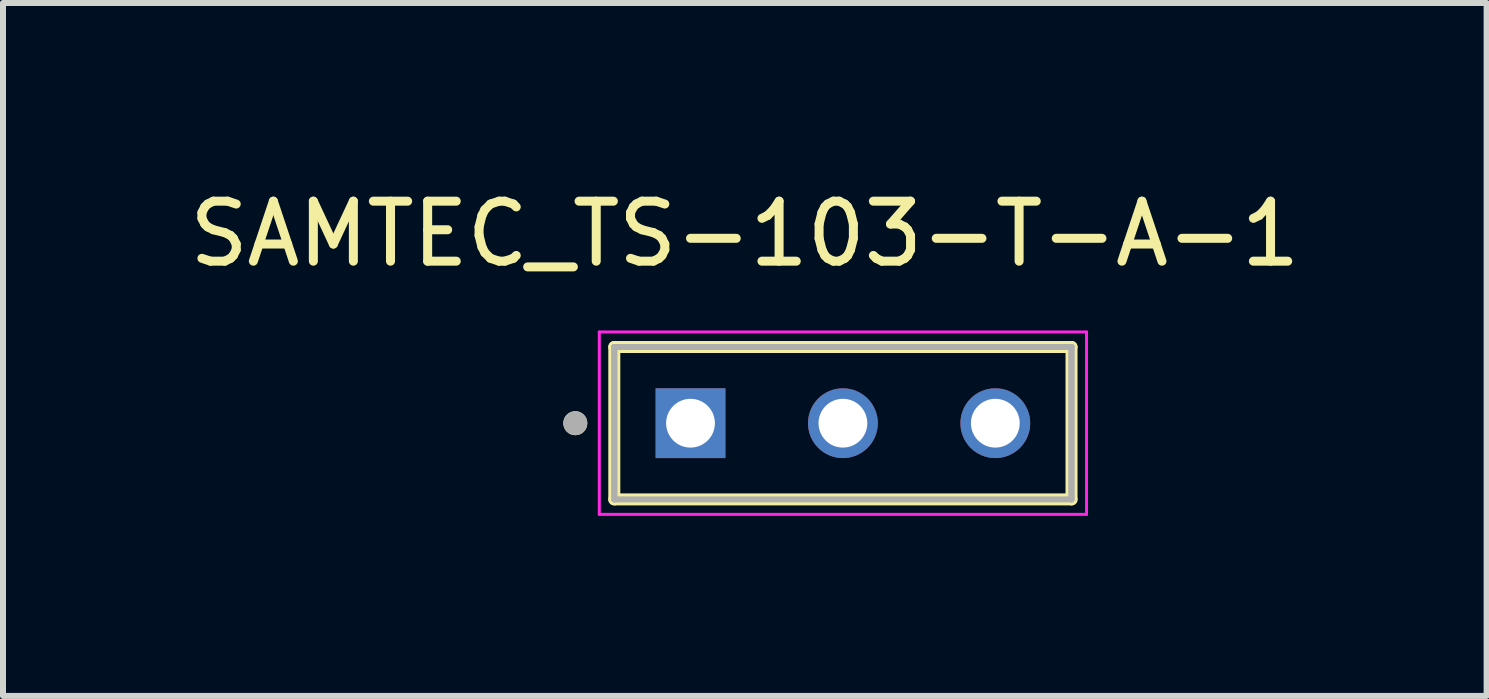
<source format=kicad_pcb>
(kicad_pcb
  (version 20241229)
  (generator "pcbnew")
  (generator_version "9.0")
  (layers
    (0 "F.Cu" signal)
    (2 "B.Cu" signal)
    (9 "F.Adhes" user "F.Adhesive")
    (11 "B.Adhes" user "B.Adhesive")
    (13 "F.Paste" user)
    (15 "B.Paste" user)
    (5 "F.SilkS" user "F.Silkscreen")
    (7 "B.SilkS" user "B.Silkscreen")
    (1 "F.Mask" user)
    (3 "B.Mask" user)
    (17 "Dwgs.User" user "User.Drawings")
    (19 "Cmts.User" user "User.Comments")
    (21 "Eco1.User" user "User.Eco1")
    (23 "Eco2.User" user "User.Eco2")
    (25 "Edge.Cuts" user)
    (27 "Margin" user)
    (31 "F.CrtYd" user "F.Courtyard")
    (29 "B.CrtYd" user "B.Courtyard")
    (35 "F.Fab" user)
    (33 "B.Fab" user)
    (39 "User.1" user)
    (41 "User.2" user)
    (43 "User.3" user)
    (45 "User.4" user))
  (footprint "SAMTEC_TS-103-T-A-1"
    (layer "F.Cu")
    (at 10.998 4.003)
    (property "Reference" "SAMTEC_TS-103-T-A-1" (at -1.635 -3.155 0) (layer "F.SilkS") (effects (font (size 1 1) (thickness 0.15))))
    (attr through_hole)
    (fp_line (start -3.81 1.27) (end -3.81 -1.27) (stroke (width 0.2) (type solid)) (layer "F.SilkS"))
    (fp_line (start 3.81 -1.27) (end -3.81 -1.27) (stroke (width 0.2) (type solid)) (layer "F.SilkS"))
    (fp_line (start 3.81 -1.27) (end 3.81 1.27) (stroke (width 0.2) (type solid)) (layer "F.SilkS"))
    (fp_line (start 3.81 1.27) (end -3.81 1.27) (stroke (width 0.2) (type solid)) (layer "F.SilkS"))
    (fp_circle (center -4.46 0) (end -4.36 0) (stroke (width 0.2) (type solid)) (fill no) (layer "F.SilkS"))
    (fp_line (start -4.06 -1.52) (end 4.06 -1.52) (stroke (width 0.05) (type solid)) (layer "F.CrtYd"))
    (fp_line (start -4.06 1.52) (end -4.06 -1.52) (stroke (width 0.05) (type solid)) (layer "F.CrtYd"))
    (fp_line (start 4.06 -1.52) (end 4.06 1.52) (stroke (width 0.05) (type solid)) (layer "F.CrtYd"))
    (fp_line (start 4.06 1.52) (end -4.06 1.52) (stroke (width 0.05) (type solid)) (layer "F.CrtYd"))
    (fp_line (start -3.81 -1.27) (end 3.81 -1.27) (stroke (width 0.1) (type solid)) (layer "F.Fab"))
    (fp_line (start -3.81 -1.27) (end 3.81 -1.27) (stroke (width 0.1) (type solid)) (layer "F.Fab"))
    (fp_line (start -3.81 1.27) (end -3.81 -1.27) (stroke (width 0.1) (type solid)) (layer "F.Fab"))
    (fp_line (start -3.81 1.27) (end -3.81 -1.27) (stroke (width 0.1) (type solid)) (layer "F.Fab"))
    (fp_line (start 3.81 -1.27) (end 3.81 1.27) (stroke (width 0.1) (type solid)) (layer "F.Fab"))
    (fp_line (start 3.81 -1.27) (end 3.81 1.27) (stroke (width 0.1) (type solid)) (layer "F.Fab"))
    (fp_line (start 3.81 1.27) (end -3.81 1.27) (stroke (width 0.1) (type solid)) (layer "F.Fab"))
    (fp_circle (center -4.46 0) (end -4.36 0) (stroke (width 0.2) (type solid)) (fill no) (layer "F.Fab"))
    (pad "01" thru_hole rect (at -2.54 0) (size 1.163 1.163) (drill 0.813) (layers "*.Cu" "*.Mask"))
    (pad "02" thru_hole circle (at 0 0) (size 1.163 1.163) (drill 0.813) (layers "*.Cu" "*.Mask"))
    (pad "03" thru_hole circle (at 2.54 0) (size 1.163 1.163) (drill 0.813) (layers "*.Cu" "*.Mask")))
  (gr_rect
    (start -3 -3)
    (end 21.726 8.548)
    (stroke (width 0.1) (type default))
    (fill no)
    (layer "Edge.Cuts")))
</source>
